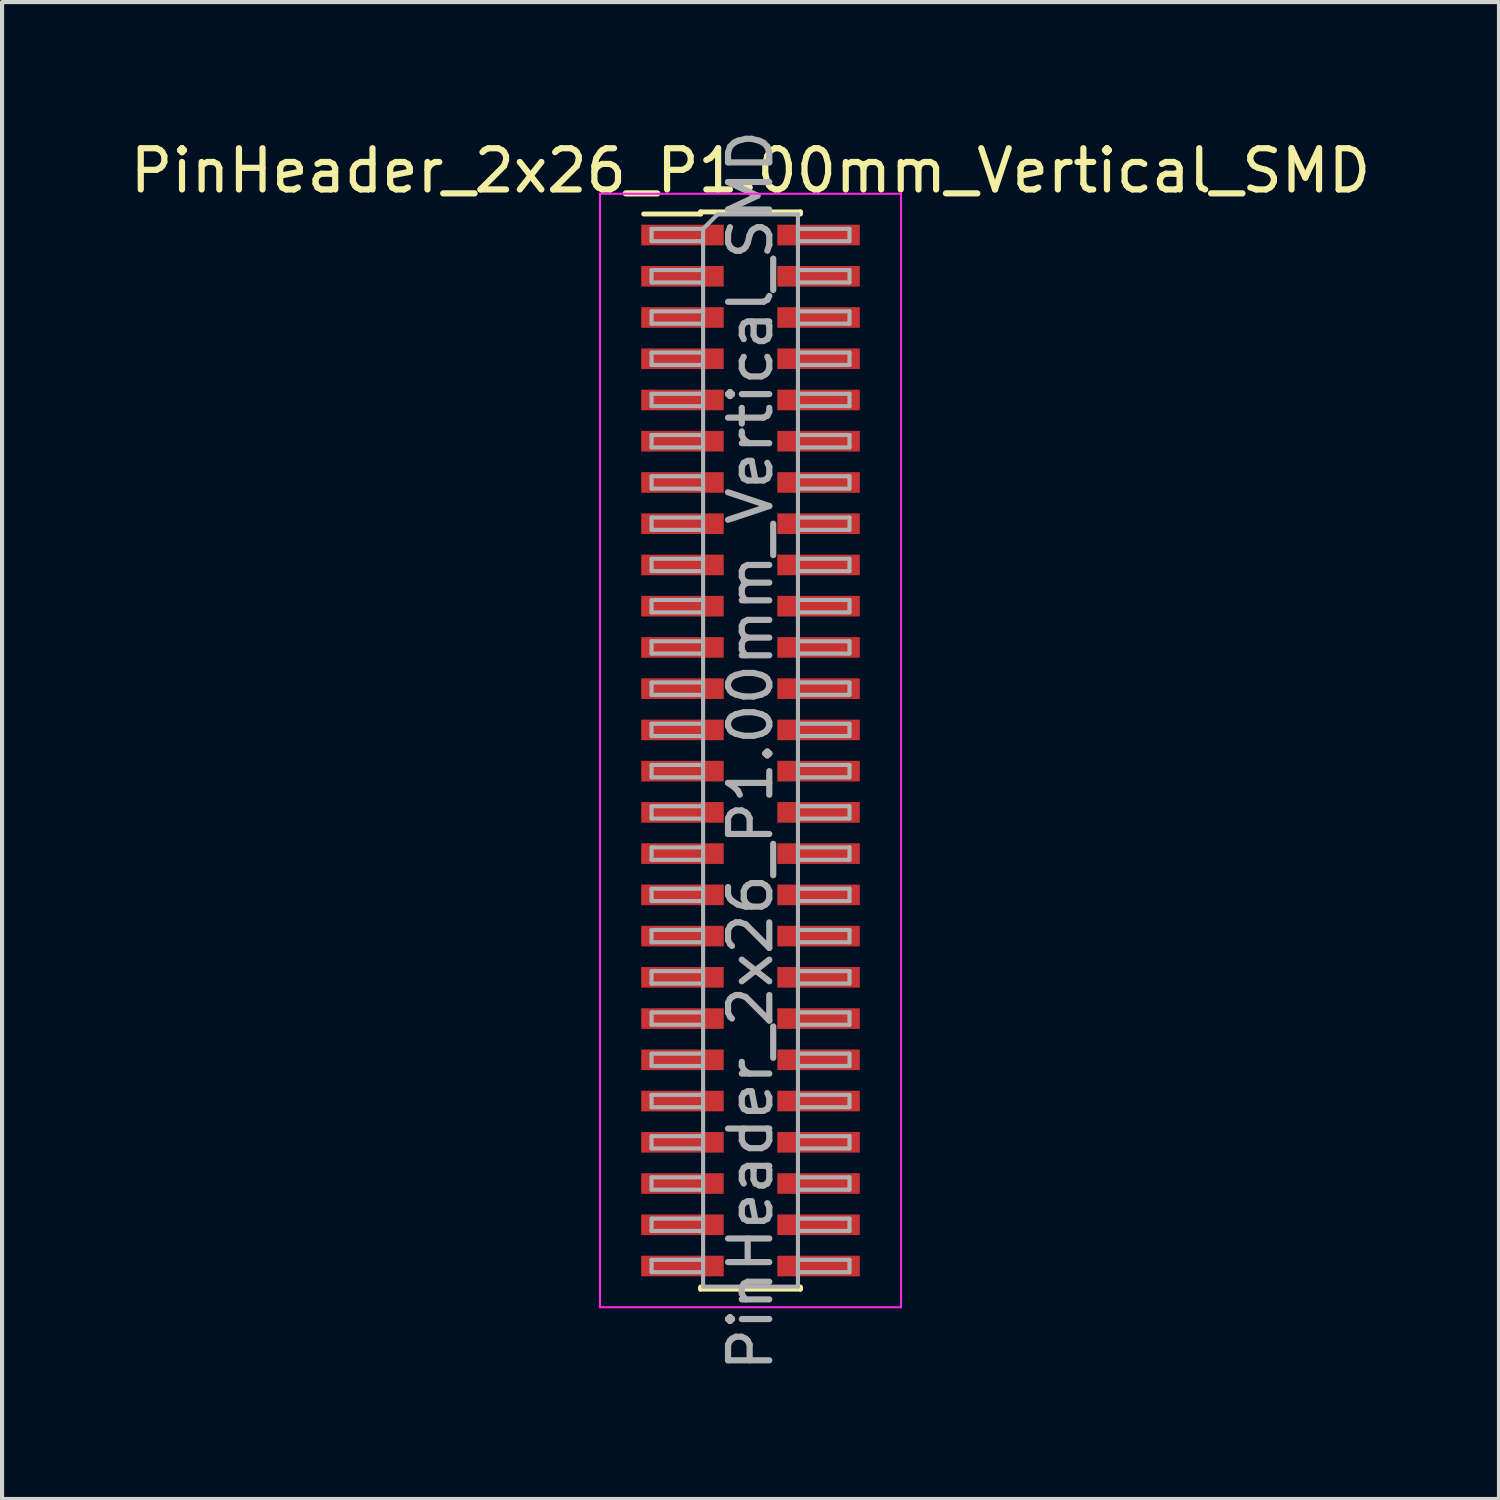
<source format=kicad_pcb>
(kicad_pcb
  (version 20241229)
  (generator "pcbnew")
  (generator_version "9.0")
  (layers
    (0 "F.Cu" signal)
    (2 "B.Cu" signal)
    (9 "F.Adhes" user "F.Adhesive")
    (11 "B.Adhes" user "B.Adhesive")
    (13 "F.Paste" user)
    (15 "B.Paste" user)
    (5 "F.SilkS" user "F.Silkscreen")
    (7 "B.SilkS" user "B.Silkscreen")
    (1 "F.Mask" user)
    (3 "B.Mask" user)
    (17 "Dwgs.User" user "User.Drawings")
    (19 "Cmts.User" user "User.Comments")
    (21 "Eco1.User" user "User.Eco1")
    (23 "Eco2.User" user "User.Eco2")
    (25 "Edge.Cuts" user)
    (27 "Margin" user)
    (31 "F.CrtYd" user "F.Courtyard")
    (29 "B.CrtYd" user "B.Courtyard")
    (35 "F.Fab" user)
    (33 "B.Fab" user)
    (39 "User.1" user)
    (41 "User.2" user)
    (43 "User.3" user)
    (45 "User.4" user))
  (footprint "PinHeader_2x26_P1.00mm_Vertical_SMD"
    (layer "F.Cu")
    (at 15.149 15.149)
    (property "Reference" "PinHeader_2x26_P1.00mm_Vertical_SMD" (at 0 -14.06 0) (layer "F.SilkS") (effects (font (size 1 1) (thickness 0.15))))
    (attr smd)
    (fp_line (start -2.59 -13.01) (end -1.21 -13.01) (stroke (width 0.12) (type solid)) (layer "F.SilkS"))
    (fp_line (start -1.21 -13.06) (end -1.21 -13.01) (stroke (width 0.12) (type solid)) (layer "F.SilkS"))
    (fp_line (start -1.21 -13.06) (end 1.21 -13.06) (stroke (width 0.12) (type solid)) (layer "F.SilkS"))
    (fp_line (start -1.21 13.01) (end -1.21 13.06) (stroke (width 0.12) (type solid)) (layer "F.SilkS"))
    (fp_line (start -1.21 13.06) (end 1.21 13.06) (stroke (width 0.12) (type solid)) (layer "F.SilkS"))
    (fp_line (start 1.21 -13.06) (end 1.21 -13.01) (stroke (width 0.12) (type solid)) (layer "F.SilkS"))
    (fp_line (start 1.21 13.01) (end 1.21 13.06) (stroke (width 0.12) (type solid)) (layer "F.SilkS"))
    (fp_line (start -3.65 -13.5) (end -3.65 13.5) (stroke (width 0.05) (type solid)) (layer "F.CrtYd"))
    (fp_line (start -3.65 13.5) (end 3.65 13.5) (stroke (width 0.05) (type solid)) (layer "F.CrtYd"))
    (fp_line (start 3.65 -13.5) (end -3.65 -13.5) (stroke (width 0.05) (type solid)) (layer "F.CrtYd"))
    (fp_line (start 3.65 13.5) (end 3.65 -13.5) (stroke (width 0.05) (type solid)) (layer "F.CrtYd"))
    (fp_line (start -2.4 -12.65) (end -2.4 -12.35) (stroke (width 0.1) (type solid)) (layer "F.Fab"))
    (fp_line (start -2.4 -12.35) (end -1.15 -12.35) (stroke (width 0.1) (type solid)) (layer "F.Fab"))
    (fp_line (start -2.4 -11.65) (end -2.4 -11.35) (stroke (width 0.1) (type solid)) (layer "F.Fab"))
    (fp_line (start -2.4 -11.35) (end -1.15 -11.35) (stroke (width 0.1) (type solid)) (layer "F.Fab"))
    (fp_line (start -2.4 -10.65) (end -2.4 -10.35) (stroke (width 0.1) (type solid)) (layer "F.Fab"))
    (fp_line (start -2.4 -10.35) (end -1.15 -10.35) (stroke (width 0.1) (type solid)) (layer "F.Fab"))
    (fp_line (start -2.4 -9.65) (end -2.4 -9.35) (stroke (width 0.1) (type solid)) (layer "F.Fab"))
    (fp_line (start -2.4 -9.35) (end -1.15 -9.35) (stroke (width 0.1) (type solid)) (layer "F.Fab"))
    (fp_line (start -2.4 -8.65) (end -2.4 -8.35) (stroke (width 0.1) (type solid)) (layer "F.Fab"))
    (fp_line (start -2.4 -8.35) (end -1.15 -8.35) (stroke (width 0.1) (type solid)) (layer "F.Fab"))
    (fp_line (start -2.4 -7.65) (end -2.4 -7.35) (stroke (width 0.1) (type solid)) (layer "F.Fab"))
    (fp_line (start -2.4 -7.35) (end -1.15 -7.35) (stroke (width 0.1) (type solid)) (layer "F.Fab"))
    (fp_line (start -2.4 -6.65) (end -2.4 -6.35) (stroke (width 0.1) (type solid)) (layer "F.Fab"))
    (fp_line (start -2.4 -6.35) (end -1.15 -6.35) (stroke (width 0.1) (type solid)) (layer "F.Fab"))
    (fp_line (start -2.4 -5.65) (end -2.4 -5.35) (stroke (width 0.1) (type solid)) (layer "F.Fab"))
    (fp_line (start -2.4 -5.35) (end -1.15 -5.35) (stroke (width 0.1) (type solid)) (layer "F.Fab"))
    (fp_line (start -2.4 -4.65) (end -2.4 -4.35) (stroke (width 0.1) (type solid)) (layer "F.Fab"))
    (fp_line (start -2.4 -4.35) (end -1.15 -4.35) (stroke (width 0.1) (type solid)) (layer "F.Fab"))
    (fp_line (start -2.4 -3.65) (end -2.4 -3.35) (stroke (width 0.1) (type solid)) (layer "F.Fab"))
    (fp_line (start -2.4 -3.35) (end -1.15 -3.35) (stroke (width 0.1) (type solid)) (layer "F.Fab"))
    (fp_line (start -2.4 -2.65) (end -2.4 -2.35) (stroke (width 0.1) (type solid)) (layer "F.Fab"))
    (fp_line (start -2.4 -2.35) (end -1.15 -2.35) (stroke (width 0.1) (type solid)) (layer "F.Fab"))
    (fp_line (start -2.4 -1.65) (end -2.4 -1.35) (stroke (width 0.1) (type solid)) (layer "F.Fab"))
    (fp_line (start -2.4 -1.35) (end -1.15 -1.35) (stroke (width 0.1) (type solid)) (layer "F.Fab"))
    (fp_line (start -2.4 -0.65) (end -2.4 -0.35) (stroke (width 0.1) (type solid)) (layer "F.Fab"))
    (fp_line (start -2.4 -0.35) (end -1.15 -0.35) (stroke (width 0.1) (type solid)) (layer "F.Fab"))
    (fp_line (start -2.4 0.35) (end -2.4 0.65) (stroke (width 0.1) (type solid)) (layer "F.Fab"))
    (fp_line (start -2.4 0.65) (end -1.15 0.65) (stroke (width 0.1) (type solid)) (layer "F.Fab"))
    (fp_line (start -2.4 1.35) (end -2.4 1.65) (stroke (width 0.1) (type solid)) (layer "F.Fab"))
    (fp_line (start -2.4 1.65) (end -1.15 1.65) (stroke (width 0.1) (type solid)) (layer "F.Fab"))
    (fp_line (start -2.4 2.35) (end -2.4 2.65) (stroke (width 0.1) (type solid)) (layer "F.Fab"))
    (fp_line (start -2.4 2.65) (end -1.15 2.65) (stroke (width 0.1) (type solid)) (layer "F.Fab"))
    (fp_line (start -2.4 3.35) (end -2.4 3.65) (stroke (width 0.1) (type solid)) (layer "F.Fab"))
    (fp_line (start -2.4 3.65) (end -1.15 3.65) (stroke (width 0.1) (type solid)) (layer "F.Fab"))
    (fp_line (start -2.4 4.35) (end -2.4 4.65) (stroke (width 0.1) (type solid)) (layer "F.Fab"))
    (fp_line (start -2.4 4.65) (end -1.15 4.65) (stroke (width 0.1) (type solid)) (layer "F.Fab"))
    (fp_line (start -2.4 5.35) (end -2.4 5.65) (stroke (width 0.1) (type solid)) (layer "F.Fab"))
    (fp_line (start -2.4 5.65) (end -1.15 5.65) (stroke (width 0.1) (type solid)) (layer "F.Fab"))
    (fp_line (start -2.4 6.35) (end -2.4 6.65) (stroke (width 0.1) (type solid)) (layer "F.Fab"))
    (fp_line (start -2.4 6.65) (end -1.15 6.65) (stroke (width 0.1) (type solid)) (layer "F.Fab"))
    (fp_line (start -2.4 7.35) (end -2.4 7.65) (stroke (width 0.1) (type solid)) (layer "F.Fab"))
    (fp_line (start -2.4 7.65) (end -1.15 7.65) (stroke (width 0.1) (type solid)) (layer "F.Fab"))
    (fp_line (start -2.4 8.35) (end -2.4 8.65) (stroke (width 0.1) (type solid)) (layer "F.Fab"))
    (fp_line (start -2.4 8.65) (end -1.15 8.65) (stroke (width 0.1) (type solid)) (layer "F.Fab"))
    (fp_line (start -2.4 9.35) (end -2.4 9.65) (stroke (width 0.1) (type solid)) (layer "F.Fab"))
    (fp_line (start -2.4 9.65) (end -1.15 9.65) (stroke (width 0.1) (type solid)) (layer "F.Fab"))
    (fp_line (start -2.4 10.35) (end -2.4 10.65) (stroke (width 0.1) (type solid)) (layer "F.Fab"))
    (fp_line (start -2.4 10.65) (end -1.15 10.65) (stroke (width 0.1) (type solid)) (layer "F.Fab"))
    (fp_line (start -2.4 11.35) (end -2.4 11.65) (stroke (width 0.1) (type solid)) (layer "F.Fab"))
    (fp_line (start -2.4 11.65) (end -1.15 11.65) (stroke (width 0.1) (type solid)) (layer "F.Fab"))
    (fp_line (start -2.4 12.35) (end -2.4 12.65) (stroke (width 0.1) (type solid)) (layer "F.Fab"))
    (fp_line (start -2.4 12.65) (end -1.15 12.65) (stroke (width 0.1) (type solid)) (layer "F.Fab"))
    (fp_line (start -1.15 -12.65) (end -2.4 -12.65) (stroke (width 0.1) (type solid)) (layer "F.Fab"))
    (fp_line (start -1.15 -12.65) (end -0.8 -13) (stroke (width 0.1) (type solid)) (layer "F.Fab"))
    (fp_line (start -1.15 -11.65) (end -2.4 -11.65) (stroke (width 0.1) (type solid)) (layer "F.Fab"))
    (fp_line (start -1.15 -10.65) (end -2.4 -10.65) (stroke (width 0.1) (type solid)) (layer "F.Fab"))
    (fp_line (start -1.15 -9.65) (end -2.4 -9.65) (stroke (width 0.1) (type solid)) (layer "F.Fab"))
    (fp_line (start -1.15 -8.65) (end -2.4 -8.65) (stroke (width 0.1) (type solid)) (layer "F.Fab"))
    (fp_line (start -1.15 -7.65) (end -2.4 -7.65) (stroke (width 0.1) (type solid)) (layer "F.Fab"))
    (fp_line (start -1.15 -6.65) (end -2.4 -6.65) (stroke (width 0.1) (type solid)) (layer "F.Fab"))
    (fp_line (start -1.15 -5.65) (end -2.4 -5.65) (stroke (width 0.1) (type solid)) (layer "F.Fab"))
    (fp_line (start -1.15 -4.65) (end -2.4 -4.65) (stroke (width 0.1) (type solid)) (layer "F.Fab"))
    (fp_line (start -1.15 -3.65) (end -2.4 -3.65) (stroke (width 0.1) (type solid)) (layer "F.Fab"))
    (fp_line (start -1.15 -2.65) (end -2.4 -2.65) (stroke (width 0.1) (type solid)) (layer "F.Fab"))
    (fp_line (start -1.15 -1.65) (end -2.4 -1.65) (stroke (width 0.1) (type solid)) (layer "F.Fab"))
    (fp_line (start -1.15 -0.65) (end -2.4 -0.65) (stroke (width 0.1) (type solid)) (layer "F.Fab"))
    (fp_line (start -1.15 0.35) (end -2.4 0.35) (stroke (width 0.1) (type solid)) (layer "F.Fab"))
    (fp_line (start -1.15 1.35) (end -2.4 1.35) (stroke (width 0.1) (type solid)) (layer "F.Fab"))
    (fp_line (start -1.15 2.35) (end -2.4 2.35) (stroke (width 0.1) (type solid)) (layer "F.Fab"))
    (fp_line (start -1.15 3.35) (end -2.4 3.35) (stroke (width 0.1) (type solid)) (layer "F.Fab"))
    (fp_line (start -1.15 4.35) (end -2.4 4.35) (stroke (width 0.1) (type solid)) (layer "F.Fab"))
    (fp_line (start -1.15 5.35) (end -2.4 5.35) (stroke (width 0.1) (type solid)) (layer "F.Fab"))
    (fp_line (start -1.15 6.35) (end -2.4 6.35) (stroke (width 0.1) (type solid)) (layer "F.Fab"))
    (fp_line (start -1.15 7.35) (end -2.4 7.35) (stroke (width 0.1) (type solid)) (layer "F.Fab"))
    (fp_line (start -1.15 8.35) (end -2.4 8.35) (stroke (width 0.1) (type solid)) (layer "F.Fab"))
    (fp_line (start -1.15 9.35) (end -2.4 9.35) (stroke (width 0.1) (type solid)) (layer "F.Fab"))
    (fp_line (start -1.15 10.35) (end -2.4 10.35) (stroke (width 0.1) (type solid)) (layer "F.Fab"))
    (fp_line (start -1.15 11.35) (end -2.4 11.35) (stroke (width 0.1) (type solid)) (layer "F.Fab"))
    (fp_line (start -1.15 12.35) (end -2.4 12.35) (stroke (width 0.1) (type solid)) (layer "F.Fab"))
    (fp_line (start -1.15 13) (end -1.15 -12.65) (stroke (width 0.1) (type solid)) (layer "F.Fab"))
    (fp_line (start -0.8 -13) (end 1.15 -13) (stroke (width 0.1) (type solid)) (layer "F.Fab"))
    (fp_line (start 1.15 -13) (end 1.15 13) (stroke (width 0.1) (type solid)) (layer "F.Fab"))
    (fp_line (start 1.15 -12.65) (end 2.4 -12.65) (stroke (width 0.1) (type solid)) (layer "F.Fab"))
    (fp_line (start 1.15 -11.65) (end 2.4 -11.65) (stroke (width 0.1) (type solid)) (layer "F.Fab"))
    (fp_line (start 1.15 -10.65) (end 2.4 -10.65) (stroke (width 0.1) (type solid)) (layer "F.Fab"))
    (fp_line (start 1.15 -9.65) (end 2.4 -9.65) (stroke (width 0.1) (type solid)) (layer "F.Fab"))
    (fp_line (start 1.15 -8.65) (end 2.4 -8.65) (stroke (width 0.1) (type solid)) (layer "F.Fab"))
    (fp_line (start 1.15 -7.65) (end 2.4 -7.65) (stroke (width 0.1) (type solid)) (layer "F.Fab"))
    (fp_line (start 1.15 -6.65) (end 2.4 -6.65) (stroke (width 0.1) (type solid)) (layer "F.Fab"))
    (fp_line (start 1.15 -5.65) (end 2.4 -5.65) (stroke (width 0.1) (type solid)) (layer "F.Fab"))
    (fp_line (start 1.15 -4.65) (end 2.4 -4.65) (stroke (width 0.1) (type solid)) (layer "F.Fab"))
    (fp_line (start 1.15 -3.65) (end 2.4 -3.65) (stroke (width 0.1) (type solid)) (layer "F.Fab"))
    (fp_line (start 1.15 -2.65) (end 2.4 -2.65) (stroke (width 0.1) (type solid)) (layer "F.Fab"))
    (fp_line (start 1.15 -1.65) (end 2.4 -1.65) (stroke (width 0.1) (type solid)) (layer "F.Fab"))
    (fp_line (start 1.15 -0.65) (end 2.4 -0.65) (stroke (width 0.1) (type solid)) (layer "F.Fab"))
    (fp_line (start 1.15 0.35) (end 2.4 0.35) (stroke (width 0.1) (type solid)) (layer "F.Fab"))
    (fp_line (start 1.15 1.35) (end 2.4 1.35) (stroke (width 0.1) (type solid)) (layer "F.Fab"))
    (fp_line (start 1.15 2.35) (end 2.4 2.35) (stroke (width 0.1) (type solid)) (layer "F.Fab"))
    (fp_line (start 1.15 3.35) (end 2.4 3.35) (stroke (width 0.1) (type solid)) (layer "F.Fab"))
    (fp_line (start 1.15 4.35) (end 2.4 4.35) (stroke (width 0.1) (type solid)) (layer "F.Fab"))
    (fp_line (start 1.15 5.35) (end 2.4 5.35) (stroke (width 0.1) (type solid)) (layer "F.Fab"))
    (fp_line (start 1.15 6.35) (end 2.4 6.35) (stroke (width 0.1) (type solid)) (layer "F.Fab"))
    (fp_line (start 1.15 7.35) (end 2.4 7.35) (stroke (width 0.1) (type solid)) (layer "F.Fab"))
    (fp_line (start 1.15 8.35) (end 2.4 8.35) (stroke (width 0.1) (type solid)) (layer "F.Fab"))
    (fp_line (start 1.15 9.35) (end 2.4 9.35) (stroke (width 0.1) (type solid)) (layer "F.Fab"))
    (fp_line (start 1.15 10.35) (end 2.4 10.35) (stroke (width 0.1) (type solid)) (layer "F.Fab"))
    (fp_line (start 1.15 11.35) (end 2.4 11.35) (stroke (width 0.1) (type solid)) (layer "F.Fab"))
    (fp_line (start 1.15 12.35) (end 2.4 12.35) (stroke (width 0.1) (type solid)) (layer "F.Fab"))
    (fp_line (start 1.15 13) (end -1.15 13) (stroke (width 0.1) (type solid)) (layer "F.Fab"))
    (fp_line (start 2.4 -12.65) (end 2.4 -12.35) (stroke (width 0.1) (type solid)) (layer "F.Fab"))
    (fp_line (start 2.4 -12.35) (end 1.15 -12.35) (stroke (width 0.1) (type solid)) (layer "F.Fab"))
    (fp_line (start 2.4 -11.65) (end 2.4 -11.35) (stroke (width 0.1) (type solid)) (layer "F.Fab"))
    (fp_line (start 2.4 -11.35) (end 1.15 -11.35) (stroke (width 0.1) (type solid)) (layer "F.Fab"))
    (fp_line (start 2.4 -10.65) (end 2.4 -10.35) (stroke (width 0.1) (type solid)) (layer "F.Fab"))
    (fp_line (start 2.4 -10.35) (end 1.15 -10.35) (stroke (width 0.1) (type solid)) (layer "F.Fab"))
    (fp_line (start 2.4 -9.65) (end 2.4 -9.35) (stroke (width 0.1) (type solid)) (layer "F.Fab"))
    (fp_line (start 2.4 -9.35) (end 1.15 -9.35) (stroke (width 0.1) (type solid)) (layer "F.Fab"))
    (fp_line (start 2.4 -8.65) (end 2.4 -8.35) (stroke (width 0.1) (type solid)) (layer "F.Fab"))
    (fp_line (start 2.4 -8.35) (end 1.15 -8.35) (stroke (width 0.1) (type solid)) (layer "F.Fab"))
    (fp_line (start 2.4 -7.65) (end 2.4 -7.35) (stroke (width 0.1) (type solid)) (layer "F.Fab"))
    (fp_line (start 2.4 -7.35) (end 1.15 -7.35) (stroke (width 0.1) (type solid)) (layer "F.Fab"))
    (fp_line (start 2.4 -6.65) (end 2.4 -6.35) (stroke (width 0.1) (type solid)) (layer "F.Fab"))
    (fp_line (start 2.4 -6.35) (end 1.15 -6.35) (stroke (width 0.1) (type solid)) (layer "F.Fab"))
    (fp_line (start 2.4 -5.65) (end 2.4 -5.35) (stroke (width 0.1) (type solid)) (layer "F.Fab"))
    (fp_line (start 2.4 -5.35) (end 1.15 -5.35) (stroke (width 0.1) (type solid)) (layer "F.Fab"))
    (fp_line (start 2.4 -4.65) (end 2.4 -4.35) (stroke (width 0.1) (type solid)) (layer "F.Fab"))
    (fp_line (start 2.4 -4.35) (end 1.15 -4.35) (stroke (width 0.1) (type solid)) (layer "F.Fab"))
    (fp_line (start 2.4 -3.65) (end 2.4 -3.35) (stroke (width 0.1) (type solid)) (layer "F.Fab"))
    (fp_line (start 2.4 -3.35) (end 1.15 -3.35) (stroke (width 0.1) (type solid)) (layer "F.Fab"))
    (fp_line (start 2.4 -2.65) (end 2.4 -2.35) (stroke (width 0.1) (type solid)) (layer "F.Fab"))
    (fp_line (start 2.4 -2.35) (end 1.15 -2.35) (stroke (width 0.1) (type solid)) (layer "F.Fab"))
    (fp_line (start 2.4 -1.65) (end 2.4 -1.35) (stroke (width 0.1) (type solid)) (layer "F.Fab"))
    (fp_line (start 2.4 -1.35) (end 1.15 -1.35) (stroke (width 0.1) (type solid)) (layer "F.Fab"))
    (fp_line (start 2.4 -0.65) (end 2.4 -0.35) (stroke (width 0.1) (type solid)) (layer "F.Fab"))
    (fp_line (start 2.4 -0.35) (end 1.15 -0.35) (stroke (width 0.1) (type solid)) (layer "F.Fab"))
    (fp_line (start 2.4 0.35) (end 2.4 0.65) (stroke (width 0.1) (type solid)) (layer "F.Fab"))
    (fp_line (start 2.4 0.65) (end 1.15 0.65) (stroke (width 0.1) (type solid)) (layer "F.Fab"))
    (fp_line (start 2.4 1.35) (end 2.4 1.65) (stroke (width 0.1) (type solid)) (layer "F.Fab"))
    (fp_line (start 2.4 1.65) (end 1.15 1.65) (stroke (width 0.1) (type solid)) (layer "F.Fab"))
    (fp_line (start 2.4 2.35) (end 2.4 2.65) (stroke (width 0.1) (type solid)) (layer "F.Fab"))
    (fp_line (start 2.4 2.65) (end 1.15 2.65) (stroke (width 0.1) (type solid)) (layer "F.Fab"))
    (fp_line (start 2.4 3.35) (end 2.4 3.65) (stroke (width 0.1) (type solid)) (layer "F.Fab"))
    (fp_line (start 2.4 3.65) (end 1.15 3.65) (stroke (width 0.1) (type solid)) (layer "F.Fab"))
    (fp_line (start 2.4 4.35) (end 2.4 4.65) (stroke (width 0.1) (type solid)) (layer "F.Fab"))
    (fp_line (start 2.4 4.65) (end 1.15 4.65) (stroke (width 0.1) (type solid)) (layer "F.Fab"))
    (fp_line (start 2.4 5.35) (end 2.4 5.65) (stroke (width 0.1) (type solid)) (layer "F.Fab"))
    (fp_line (start 2.4 5.65) (end 1.15 5.65) (stroke (width 0.1) (type solid)) (layer "F.Fab"))
    (fp_line (start 2.4 6.35) (end 2.4 6.65) (stroke (width 0.1) (type solid)) (layer "F.Fab"))
    (fp_line (start 2.4 6.65) (end 1.15 6.65) (stroke (width 0.1) (type solid)) (layer "F.Fab"))
    (fp_line (start 2.4 7.35) (end 2.4 7.65) (stroke (width 0.1) (type solid)) (layer "F.Fab"))
    (fp_line (start 2.4 7.65) (end 1.15 7.65) (stroke (width 0.1) (type solid)) (layer "F.Fab"))
    (fp_line (start 2.4 8.35) (end 2.4 8.65) (stroke (width 0.1) (type solid)) (layer "F.Fab"))
    (fp_line (start 2.4 8.65) (end 1.15 8.65) (stroke (width 0.1) (type solid)) (layer "F.Fab"))
    (fp_line (start 2.4 9.35) (end 2.4 9.65) (stroke (width 0.1) (type solid)) (layer "F.Fab"))
    (fp_line (start 2.4 9.65) (end 1.15 9.65) (stroke (width 0.1) (type solid)) (layer "F.Fab"))
    (fp_line (start 2.4 10.35) (end 2.4 10.65) (stroke (width 0.1) (type solid)) (layer "F.Fab"))
    (fp_line (start 2.4 10.65) (end 1.15 10.65) (stroke (width 0.1) (type solid)) (layer "F.Fab"))
    (fp_line (start 2.4 11.35) (end 2.4 11.65) (stroke (width 0.1) (type solid)) (layer "F.Fab"))
    (fp_line (start 2.4 11.65) (end 1.15 11.65) (stroke (width 0.1) (type solid)) (layer "F.Fab"))
    (fp_line (start 2.4 12.35) (end 2.4 12.65) (stroke (width 0.1) (type solid)) (layer "F.Fab"))
    (fp_line (start 2.4 12.65) (end 1.15 12.65) (stroke (width 0.1) (type solid)) (layer "F.Fab"))
    (fp_text user "${REFERENCE}" (at 0 0 90) (layer "F.Fab") (effects (font (size 1 1) (thickness 0.15))))
    (pad "1" smd rect (at -1.65 -12.5) (size 2 0.5) (layers "F.Cu" "F.Mask" "F.Paste"))
    (pad "2" smd rect (at 1.65 -12.5) (size 2 0.5) (layers "F.Cu" "F.Mask" "F.Paste"))
    (pad "3" smd rect (at -1.65 -11.5) (size 2 0.5) (layers "F.Cu" "F.Mask" "F.Paste"))
    (pad "4" smd rect (at 1.65 -11.5) (size 2 0.5) (layers "F.Cu" "F.Mask" "F.Paste"))
    (pad "5" smd rect (at -1.65 -10.5) (size 2 0.5) (layers "F.Cu" "F.Mask" "F.Paste"))
    (pad "6" smd rect (at 1.65 -10.5) (size 2 0.5) (layers "F.Cu" "F.Mask" "F.Paste"))
    (pad "7" smd rect (at -1.65 -9.5) (size 2 0.5) (layers "F.Cu" "F.Mask" "F.Paste"))
    (pad "8" smd rect (at 1.65 -9.5) (size 2 0.5) (layers "F.Cu" "F.Mask" "F.Paste"))
    (pad "9" smd rect (at -1.65 -8.5) (size 2 0.5) (layers "F.Cu" "F.Mask" "F.Paste"))
    (pad "10" smd rect (at 1.65 -8.5) (size 2 0.5) (layers "F.Cu" "F.Mask" "F.Paste"))
    (pad "11" smd rect (at -1.65 -7.5) (size 2 0.5) (layers "F.Cu" "F.Mask" "F.Paste"))
    (pad "12" smd rect (at 1.65 -7.5) (size 2 0.5) (layers "F.Cu" "F.Mask" "F.Paste"))
    (pad "13" smd rect (at -1.65 -6.5) (size 2 0.5) (layers "F.Cu" "F.Mask" "F.Paste"))
    (pad "14" smd rect (at 1.65 -6.5) (size 2 0.5) (layers "F.Cu" "F.Mask" "F.Paste"))
    (pad "15" smd rect (at -1.65 -5.5) (size 2 0.5) (layers "F.Cu" "F.Mask" "F.Paste"))
    (pad "16" smd rect (at 1.65 -5.5) (size 2 0.5) (layers "F.Cu" "F.Mask" "F.Paste"))
    (pad "17" smd rect (at -1.65 -4.5) (size 2 0.5) (layers "F.Cu" "F.Mask" "F.Paste"))
    (pad "18" smd rect (at 1.65 -4.5) (size 2 0.5) (layers "F.Cu" "F.Mask" "F.Paste"))
    (pad "19" smd rect (at -1.65 -3.5) (size 2 0.5) (layers "F.Cu" "F.Mask" "F.Paste"))
    (pad "20" smd rect (at 1.65 -3.5) (size 2 0.5) (layers "F.Cu" "F.Mask" "F.Paste"))
    (pad "21" smd rect (at -1.65 -2.5) (size 2 0.5) (layers "F.Cu" "F.Mask" "F.Paste"))
    (pad "22" smd rect (at 1.65 -2.5) (size 2 0.5) (layers "F.Cu" "F.Mask" "F.Paste"))
    (pad "23" smd rect (at -1.65 -1.5) (size 2 0.5) (layers "F.Cu" "F.Mask" "F.Paste"))
    (pad "24" smd rect (at 1.65 -1.5) (size 2 0.5) (layers "F.Cu" "F.Mask" "F.Paste"))
    (pad "25" smd rect (at -1.65 -0.5) (size 2 0.5) (layers "F.Cu" "F.Mask" "F.Paste"))
    (pad "26" smd rect (at 1.65 -0.5) (size 2 0.5) (layers "F.Cu" "F.Mask" "F.Paste"))
    (pad "27" smd rect (at -1.65 0.5) (size 2 0.5) (layers "F.Cu" "F.Mask" "F.Paste"))
    (pad "28" smd rect (at 1.65 0.5) (size 2 0.5) (layers "F.Cu" "F.Mask" "F.Paste"))
    (pad "29" smd rect (at -1.65 1.5) (size 2 0.5) (layers "F.Cu" "F.Mask" "F.Paste"))
    (pad "30" smd rect (at 1.65 1.5) (size 2 0.5) (layers "F.Cu" "F.Mask" "F.Paste"))
    (pad "31" smd rect (at -1.65 2.5) (size 2 0.5) (layers "F.Cu" "F.Mask" "F.Paste"))
    (pad "32" smd rect (at 1.65 2.5) (size 2 0.5) (layers "F.Cu" "F.Mask" "F.Paste"))
    (pad "33" smd rect (at -1.65 3.5) (size 2 0.5) (layers "F.Cu" "F.Mask" "F.Paste"))
    (pad "34" smd rect (at 1.65 3.5) (size 2 0.5) (layers "F.Cu" "F.Mask" "F.Paste"))
    (pad "35" smd rect (at -1.65 4.5) (size 2 0.5) (layers "F.Cu" "F.Mask" "F.Paste"))
    (pad "36" smd rect (at 1.65 4.5) (size 2 0.5) (layers "F.Cu" "F.Mask" "F.Paste"))
    (pad "37" smd rect (at -1.65 5.5) (size 2 0.5) (layers "F.Cu" "F.Mask" "F.Paste"))
    (pad "38" smd rect (at 1.65 5.5) (size 2 0.5) (layers "F.Cu" "F.Mask" "F.Paste"))
    (pad "39" smd rect (at -1.65 6.5) (size 2 0.5) (layers "F.Cu" "F.Mask" "F.Paste"))
    (pad "40" smd rect (at 1.65 6.5) (size 2 0.5) (layers "F.Cu" "F.Mask" "F.Paste"))
    (pad "41" smd rect (at -1.65 7.5) (size 2 0.5) (layers "F.Cu" "F.Mask" "F.Paste"))
    (pad "42" smd rect (at 1.65 7.5) (size 2 0.5) (layers "F.Cu" "F.Mask" "F.Paste"))
    (pad "43" smd rect (at -1.65 8.5) (size 2 0.5) (layers "F.Cu" "F.Mask" "F.Paste"))
    (pad "44" smd rect (at 1.65 8.5) (size 2 0.5) (layers "F.Cu" "F.Mask" "F.Paste"))
    (pad "45" smd rect (at -1.65 9.5) (size 2 0.5) (layers "F.Cu" "F.Mask" "F.Paste"))
    (pad "46" smd rect (at 1.65 9.5) (size 2 0.5) (layers "F.Cu" "F.Mask" "F.Paste"))
    (pad "47" smd rect (at -1.65 10.5) (size 2 0.5) (layers "F.Cu" "F.Mask" "F.Paste"))
    (pad "48" smd rect (at 1.65 10.5) (size 2 0.5) (layers "F.Cu" "F.Mask" "F.Paste"))
    (pad "49" smd rect (at -1.65 11.5) (size 2 0.5) (layers "F.Cu" "F.Mask" "F.Paste"))
    (pad "50" smd rect (at 1.65 11.5) (size 2 0.5) (layers "F.Cu" "F.Mask" "F.Paste"))
    (pad "51" smd rect (at -1.65 12.5) (size 2 0.5) (layers "F.Cu" "F.Mask" "F.Paste"))
    (pad "52" smd rect (at 1.65 12.5) (size 2 0.5) (layers "F.Cu" "F.Mask" "F.Paste")))
  (gr_rect
    (start -3 -3)
    (end 33.298 33.298)
    (stroke (width 0.1) (type default))
    (fill no)
    (layer "Edge.Cuts")))
</source>
